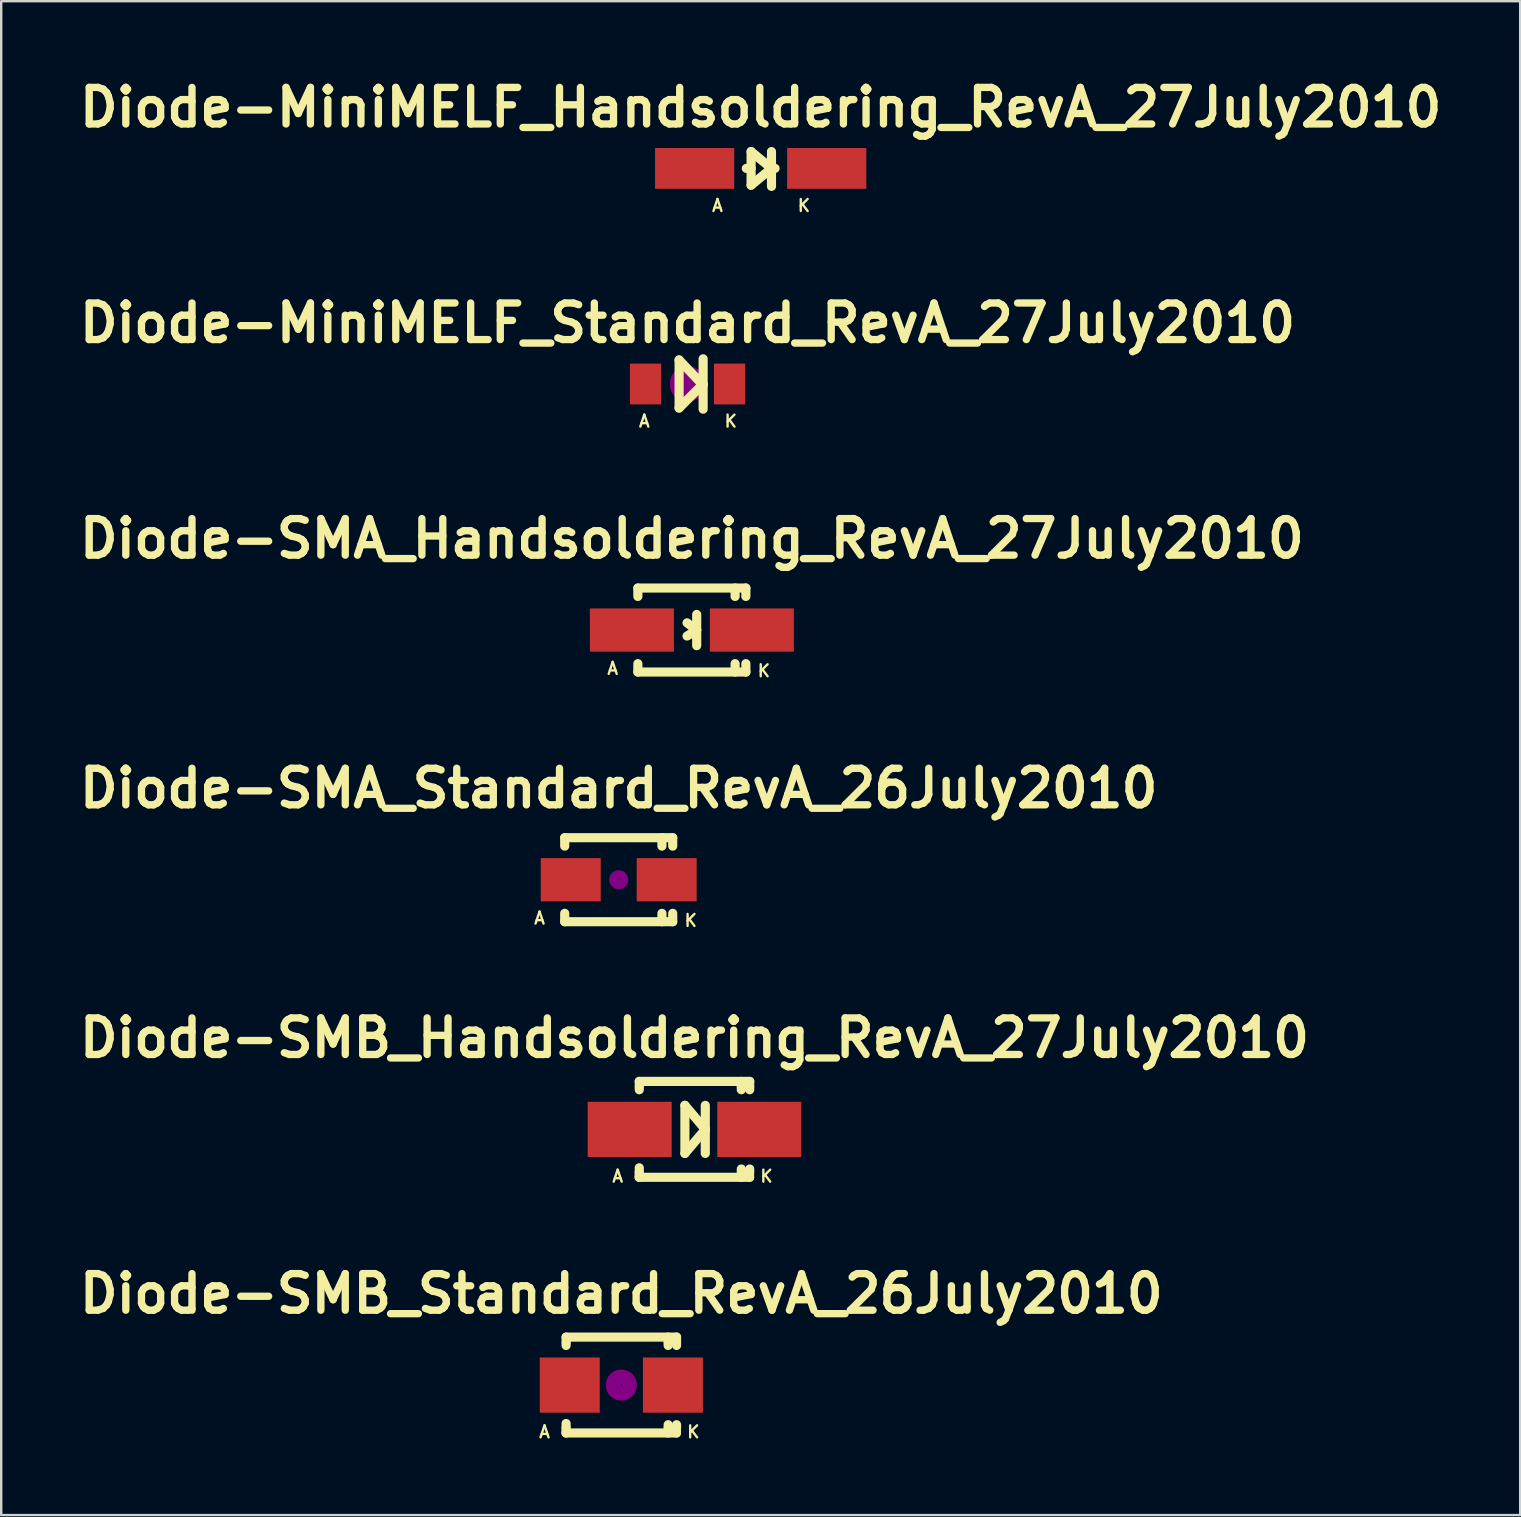
<source format=kicad_pcb>
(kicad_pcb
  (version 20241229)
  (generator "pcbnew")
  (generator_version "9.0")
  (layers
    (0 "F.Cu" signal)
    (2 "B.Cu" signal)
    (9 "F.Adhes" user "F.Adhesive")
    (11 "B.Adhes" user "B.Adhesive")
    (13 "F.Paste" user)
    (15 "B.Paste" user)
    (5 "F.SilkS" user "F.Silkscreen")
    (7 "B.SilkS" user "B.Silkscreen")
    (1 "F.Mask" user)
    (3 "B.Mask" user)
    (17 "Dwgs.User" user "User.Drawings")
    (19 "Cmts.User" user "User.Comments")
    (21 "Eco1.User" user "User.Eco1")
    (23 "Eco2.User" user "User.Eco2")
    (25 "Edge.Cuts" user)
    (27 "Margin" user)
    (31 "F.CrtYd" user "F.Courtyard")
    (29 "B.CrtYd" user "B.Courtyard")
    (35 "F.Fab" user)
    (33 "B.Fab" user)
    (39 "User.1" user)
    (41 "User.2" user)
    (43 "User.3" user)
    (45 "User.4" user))
  (footprint "Diode-SMA_Handsoldering_RevA_27July2010"
    (layer "F.Cu")
    (at 25.777 23.201)
    (property "Reference" "Diode-SMA_Handsoldering_RevA_27July2010" (at 0 -3.81 0) (layer "F.SilkS") (effects (font (size 1.524 1.524) (thickness 0.305))))
    (attr smd)
    (fp_line (start -2.25 -1.75) (end -2.25 -1.4) (stroke (width 0.381) (type solid)) (layer "F.SilkS"))
    (fp_line (start -2.25 -1.75) (end 2.25 -1.75) (stroke (width 0.381) (type solid)) (layer "F.SilkS"))
    (fp_line (start -2.25 1.75) (end -2.25 1.4) (stroke (width 0.381) (type solid)) (layer "F.SilkS"))
    (fp_line (start -2.25 1.75) (end 2.25 1.75) (stroke (width 0.381) (type solid)) (layer "F.SilkS"))
    (fp_line (start 0.201 -0.65) (end 0.201 0.65) (stroke (width 0.381) (type solid)) (layer "F.SilkS"))
    (fp_line (start 0.201 0) (end -0.201 -0.3) (stroke (width 0.381) (type solid)) (layer "F.SilkS"))
    (fp_line (start 0.201 0) (end -0.201 0.249) (stroke (width 0.381) (type solid)) (layer "F.SilkS"))
    (fp_line (start 1.801 -1.75) (end 1.801 -1.4) (stroke (width 0.381) (type solid)) (layer "F.SilkS"))
    (fp_line (start 1.801 1.75) (end 1.801 1.4) (stroke (width 0.381) (type solid)) (layer "F.SilkS"))
    (fp_line (start 2.25 -1.75) (end 2.25 -1.4) (stroke (width 0.381) (type solid)) (layer "F.SilkS"))
    (fp_line (start 2.25 1.75) (end 2.25 1.4) (stroke (width 0.381) (type solid)) (layer "F.SilkS"))
    (fp_text user "A" (at -3.299 1.6 0) (layer "F.SilkS") (effects (font (size 0.5 0.5) (thickness 0.099))))
    (fp_text user "K" (at 3 1.699 0) (layer "F.SilkS") (effects (font (size 0.5 0.5) (thickness 0.099))))
    (pad "1" smd rect (at -2.499 0) (size 3.5 1.801) (layers "F.Cu" "F.Mask" "F.Paste"))
    (pad "2" smd rect (at 2.499 0) (size 3.5 1.801) (layers "F.Cu" "F.Mask" "F.Paste")))
  (footprint "Diode-MiniMELF_Handsoldering_RevA_27July2010"
    (layer "F.Cu")
    (at 28.644 3.966)
    (property "Reference" "Diode-MiniMELF_Handsoldering_RevA_27July2010" (at 0 -2.54 0) (layer "F.SilkS") (effects (font (size 1.524 1.524) (thickness 0.305))))
    (attr smd)
    (fp_line (start -0.399 -0.701) (end -0.399 0.701) (stroke (width 0.381) (type solid)) (layer "F.SilkS"))
    (fp_line (start -0.399 0) (end -0.599 0) (stroke (width 0.381) (type solid)) (layer "F.SilkS"))
    (fp_line (start -0.399 0.701) (end 0.45 0) (stroke (width 0.381) (type solid)) (layer "F.SilkS"))
    (fp_line (start 0.45 0) (end -0.399 -0.701) (stroke (width 0.381) (type solid)) (layer "F.SilkS"))
    (fp_line (start 0.45 0) (end 0.45 -0.701) (stroke (width 0.381) (type solid)) (layer "F.SilkS"))
    (fp_line (start 0.45 0) (end 0.45 0.749) (stroke (width 0.381) (type solid)) (layer "F.SilkS"))
    (fp_line (start 0.45 0) (end 0.599 0) (stroke (width 0.381) (type solid)) (layer "F.SilkS"))
    (fp_text user "K" (at 1.801 1.549 0) (layer "F.SilkS") (effects (font (size 0.5 0.5) (thickness 0.099))))
    (fp_text user "A" (at -1.801 1.549 0) (layer "F.SilkS") (effects (font (size 0.5 0.5) (thickness 0.099))))
    (pad "1" smd rect (at -2.751 0) (size 3.299 1.699) (layers "F.Cu" "F.Mask" "F.Paste"))
    (pad "2" smd rect (at 2.751 0) (size 3.299 1.699) (layers "F.Cu" "F.Mask" "F.Paste")))
  (footprint "Diode-SMB_Handsoldering_RevA_27July2010"
    (layer "F.Cu")
    (at 25.886 44.006)
    (property "Reference" "Diode-SMB_Handsoldering_RevA_27July2010" (at 0 -3.81 0) (layer "F.SilkS") (effects (font (size 1.524 1.524) (thickness 0.305))))
    (attr smd)
    (fp_line (start -2.306 1.996) (end -2.306 1.798) (stroke (width 0.381) (type solid)) (layer "F.SilkS"))
    (fp_line (start -2.306 1.996) (end 2.296 1.996) (stroke (width 0.381) (type solid)) (layer "F.SilkS"))
    (fp_line (start -2.301 -1.999) (end -2.301 -1.801) (stroke (width 0.381) (type solid)) (layer "F.SilkS"))
    (fp_line (start -2.301 -1.999) (end 2.301 -1.999) (stroke (width 0.381) (type solid)) (layer "F.SilkS"))
    (fp_line (start -2.301 -1.75) (end -2.301 -1.651) (stroke (width 0.381) (type solid)) (layer "F.SilkS"))
    (fp_line (start -2.301 1.75) (end -2.301 1.6) (stroke (width 0.381) (type solid)) (layer "F.SilkS"))
    (fp_line (start -0.399 -1.001) (end -0.399 1.001) (stroke (width 0.381) (type solid)) (layer "F.SilkS"))
    (fp_line (start -0.399 1.001) (end 0.45 0) (stroke (width 0.381) (type solid)) (layer "F.SilkS"))
    (fp_line (start 0.45 0) (end -0.399 -1.001) (stroke (width 0.381) (type solid)) (layer "F.SilkS"))
    (fp_line (start 0.45 0) (end 0.45 -1.001) (stroke (width 0.381) (type solid)) (layer "F.SilkS"))
    (fp_line (start 0.45 0) (end 0.45 1.001) (stroke (width 0.381) (type solid)) (layer "F.SilkS"))
    (fp_line (start 1.951 -1.999) (end 1.951 -1.801) (stroke (width 0.381) (type solid)) (layer "F.SilkS"))
    (fp_line (start 1.951 -1.75) (end 1.951 -1.651) (stroke (width 0.381) (type solid)) (layer "F.SilkS"))
    (fp_line (start 1.951 1.75) (end 1.951 1.651) (stroke (width 0.381) (type solid)) (layer "F.SilkS"))
    (fp_line (start 1.951 1.999) (end 1.951 1.801) (stroke (width 0.381) (type solid)) (layer "F.SilkS"))
    (fp_line (start 2.296 1.996) (end 2.296 1.798) (stroke (width 0.381) (type solid)) (layer "F.SilkS"))
    (fp_line (start 2.301 -1.999) (end 2.301 -1.801) (stroke (width 0.381) (type solid)) (layer "F.SilkS"))
    (fp_line (start 2.301 -1.75) (end 2.301 -1.651) (stroke (width 0.381) (type solid)) (layer "F.SilkS"))
    (fp_line (start 2.301 1.75) (end 2.301 1.651) (stroke (width 0.381) (type solid)) (layer "F.SilkS"))
    (fp_text user "A" (at -3.2 1.951 0) (layer "F.SilkS") (effects (font (size 0.5 0.5) (thickness 0.099))))
    (fp_text user "K" (at 3 1.951 0) (layer "F.SilkS") (effects (font (size 0.5 0.5) (thickness 0.099))))
    (pad "1" smd rect (at -2.7 0) (size 3.5 2.301) (layers "F.Cu" "F.Mask" "F.Paste"))
    (pad "2" smd rect (at 2.7 0) (size 3.5 2.301) (layers "F.Cu" "F.Mask" "F.Paste")))
  (footprint "Diode-SMB_Standard_RevA_26July2010"
    (layer "F.Cu")
    (at 22.838 54.66)
    (property "Reference" "Diode-SMB_Standard_RevA_26July2010" (at 0 -3.81 0) (layer "F.SilkS") (effects (font (size 1.524 1.524) (thickness 0.305))))
    (attr smd)
    (fp_line (start -2.306 1.996) (end -2.306 1.798) (stroke (width 0.381) (type solid)) (layer "F.SilkS"))
    (fp_line (start -2.306 1.996) (end 2.296 1.996) (stroke (width 0.381) (type solid)) (layer "F.SilkS"))
    (fp_line (start -2.301 -1.999) (end -2.301 -1.801) (stroke (width 0.381) (type solid)) (layer "F.SilkS"))
    (fp_line (start -2.301 -1.999) (end 2.301 -1.999) (stroke (width 0.381) (type solid)) (layer "F.SilkS"))
    (fp_line (start -2.301 -1.75) (end -2.301 -1.651) (stroke (width 0.381) (type solid)) (layer "F.SilkS"))
    (fp_line (start -2.301 1.75) (end -2.301 1.6) (stroke (width 0.381) (type solid)) (layer "F.SilkS"))
    (fp_line (start 1.951 -1.999) (end 1.951 -1.801) (stroke (width 0.381) (type solid)) (layer "F.SilkS"))
    (fp_line (start 1.951 -1.75) (end 1.951 -1.651) (stroke (width 0.381) (type solid)) (layer "F.SilkS"))
    (fp_line (start 1.951 1.75) (end 1.951 1.651) (stroke (width 0.381) (type solid)) (layer "F.SilkS"))
    (fp_line (start 1.951 1.999) (end 1.951 1.801) (stroke (width 0.381) (type solid)) (layer "F.SilkS"))
    (fp_line (start 2.296 1.996) (end 2.296 1.798) (stroke (width 0.381) (type solid)) (layer "F.SilkS"))
    (fp_line (start 2.301 -1.999) (end 2.301 -1.801) (stroke (width 0.381) (type solid)) (layer "F.SilkS"))
    (fp_line (start 2.301 -1.75) (end 2.301 -1.651) (stroke (width 0.381) (type solid)) (layer "F.SilkS"))
    (fp_line (start 2.301 1.75) (end 2.301 1.651) (stroke (width 0.381) (type solid)) (layer "F.SilkS"))
    (fp_circle (center 0 0) (end 0.201 0.099) (stroke (width 0.381) (type solid)) (fill no) (layer "F.Adhes"))
    (fp_circle (center 0 0) (end 0.45 0.099) (stroke (width 0.381) (type solid)) (fill no) (layer "F.Adhes"))
    (fp_text user "K" (at 3 1.951 0) (layer "F.SilkS") (effects (font (size 0.5 0.5) (thickness 0.099))))
    (fp_text user "A" (at -3.2 1.951 0) (layer "F.SilkS") (effects (font (size 0.5 0.5) (thickness 0.099))))
    (pad "1" smd rect (at -2.149 0) (size 2.499 2.301) (layers "F.Cu" "F.Mask" "F.Paste"))
    (pad "2" smd rect (at 2.149 0) (size 2.499 2.301) (layers "F.Cu" "F.Mask" "F.Paste")))
  (footprint "Diode-SMA_Standard_RevA_26July2010"
    (layer "F.Cu")
    (at 22.729 33.604)
    (property "Reference" "Diode-SMA_Standard_RevA_26July2010" (at 0 -3.81 0) (layer "F.SilkS") (effects (font (size 1.524 1.524) (thickness 0.305))))
    (attr smd)
    (fp_line (start -2.25 -1.75) (end -2.25 -1.4) (stroke (width 0.381) (type solid)) (layer "F.SilkS"))
    (fp_line (start -2.25 -1.75) (end 2.25 -1.75) (stroke (width 0.381) (type solid)) (layer "F.SilkS"))
    (fp_line (start -2.25 1.75) (end -2.25 1.4) (stroke (width 0.381) (type solid)) (layer "F.SilkS"))
    (fp_line (start -2.25 1.75) (end 2.25 1.75) (stroke (width 0.381) (type solid)) (layer "F.SilkS"))
    (fp_line (start 1.801 -1.75) (end 1.801 -1.4) (stroke (width 0.381) (type solid)) (layer "F.SilkS"))
    (fp_line (start 1.801 1.75) (end 1.801 1.4) (stroke (width 0.381) (type solid)) (layer "F.SilkS"))
    (fp_line (start 2.25 -1.75) (end 2.25 -1.4) (stroke (width 0.381) (type solid)) (layer "F.SilkS"))
    (fp_line (start 2.25 1.75) (end 2.25 1.4) (stroke (width 0.381) (type solid)) (layer "F.SilkS"))
    (fp_circle (center 0 0) (end 0.201 -0.051) (stroke (width 0.381) (type solid)) (fill no) (layer "F.Adhes"))
    (fp_text user "K" (at 3 1.699 0) (layer "F.SilkS") (effects (font (size 0.5 0.5) (thickness 0.099))))
    (fp_text user "A" (at -3.299 1.6 0) (layer "F.SilkS") (effects (font (size 0.5 0.5) (thickness 0.099))))
    (pad "1" smd rect (at -1.999 0) (size 2.499 1.801) (layers "F.Cu" "F.Mask" "F.Paste"))
    (pad "2" smd rect (at 1.999 0) (size 2.499 1.801) (layers "F.Cu" "F.Mask" "F.Paste")))
  (footprint "Diode-MiniMELF_Standard_RevA_27July2010"
    (layer "F.Cu")
    (at 25.596 12.949)
    (property "Reference" "Diode-MiniMELF_Standard_RevA_27July2010" (at 0 -2.54 0) (layer "F.SilkS") (effects (font (size 1.524 1.524) (thickness 0.305))))
    (attr smd)
    (fp_line (start -0.351 -1.001) (end -0.351 1.001) (stroke (width 0.381) (type solid)) (layer "F.SilkS"))
    (fp_line (start -0.351 1.001) (end 0.65 0) (stroke (width 0.381) (type solid)) (layer "F.SilkS"))
    (fp_line (start 0.65 -1.049) (end 0.65 1.049) (stroke (width 0.381) (type solid)) (layer "F.SilkS"))
    (fp_line (start 0.65 0.051) (end -0.351 -1.001) (stroke (width 0.381) (type solid)) (layer "F.SilkS"))
    (fp_circle (center 0 0) (end 0 0.201) (stroke (width 0.381) (type solid)) (fill no) (layer "F.Adhes"))
    (fp_circle (center 0 0) (end 0 0.551) (stroke (width 0.381) (type solid)) (fill no) (layer "F.Adhes"))
    (fp_text user "K" (at 1.801 1.549 0) (layer "F.SilkS") (effects (font (size 0.5 0.5) (thickness 0.099))))
    (fp_text user "A" (at -1.801 1.549 0) (layer "F.SilkS") (effects (font (size 0.5 0.5) (thickness 0.099))))
    (pad "1" smd rect (at -1.75 0) (size 1.3 1.699) (layers "F.Cu" "F.Mask" "F.Paste"))
    (pad "2" smd rect (at 1.75 0) (size 1.3 1.699) (layers "F.Cu" "F.Mask" "F.Paste")))
  (gr_rect
    (start -3 -3)
    (end 60.288 60.077)
    (stroke (width 0.1) (type default))
    (fill no)
    (layer "Edge.Cuts")))
</source>
